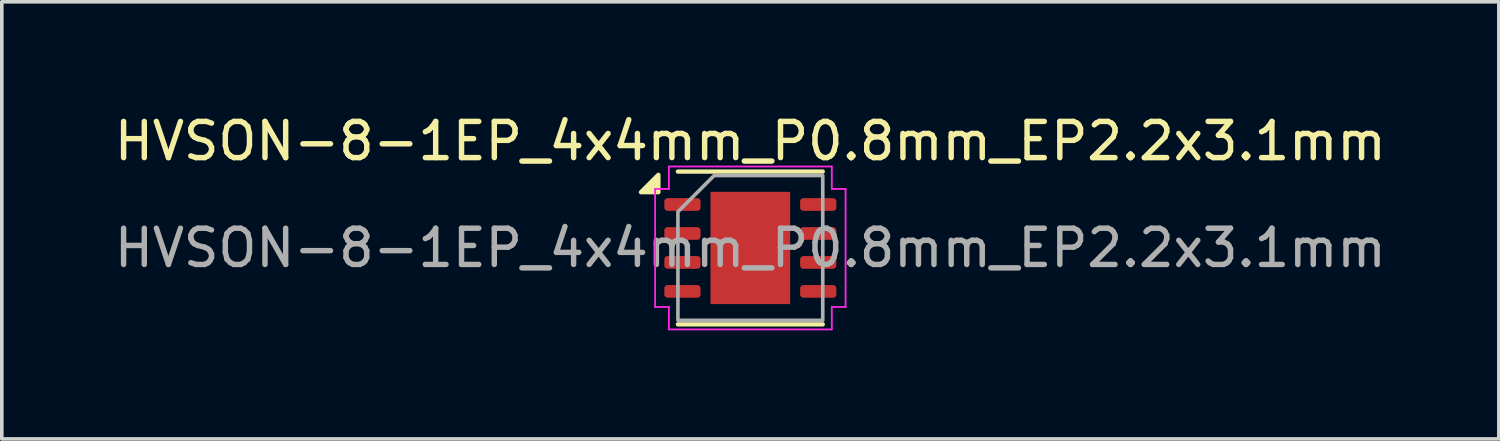
<source format=kicad_pcb>
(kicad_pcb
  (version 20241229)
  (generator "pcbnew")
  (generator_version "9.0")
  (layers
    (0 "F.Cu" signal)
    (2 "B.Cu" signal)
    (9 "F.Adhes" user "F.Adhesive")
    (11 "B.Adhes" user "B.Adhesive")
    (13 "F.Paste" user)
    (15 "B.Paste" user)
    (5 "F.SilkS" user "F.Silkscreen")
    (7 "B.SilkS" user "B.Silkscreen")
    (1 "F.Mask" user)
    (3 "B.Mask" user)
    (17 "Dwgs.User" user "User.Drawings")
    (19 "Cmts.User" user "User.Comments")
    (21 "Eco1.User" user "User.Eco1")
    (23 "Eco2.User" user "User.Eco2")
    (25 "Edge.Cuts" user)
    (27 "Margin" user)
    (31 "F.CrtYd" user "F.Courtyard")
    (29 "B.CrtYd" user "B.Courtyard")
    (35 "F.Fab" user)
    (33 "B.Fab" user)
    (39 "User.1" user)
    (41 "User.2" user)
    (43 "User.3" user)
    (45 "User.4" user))
  (footprint "HVSON-8-1EP_4x4mm_P0.8mm_EP2.2x3.1mm"
    (layer "F.Cu")
    (at 17.673 3.798)
    (property "Reference" "HVSON-8-1EP_4x4mm_P0.8mm_EP2.2x3.1mm" (at 0 -2.95 0) (layer "F.SilkS") (effects (font (size 1 1) (thickness 0.15))))
    (attr smd)
    (fp_line (start -2 -2.11) (end 2 -2.11) (stroke (width 0.12) (type solid)) (layer "F.SilkS"))
    (fp_line (start -2 2.11) (end 2 2.11) (stroke (width 0.12) (type solid)) (layer "F.SilkS"))
    (fp_poly (pts (xy -2.54 -1.54) (xy -3.02 -1.54) (xy -2.54 -2.02)) (stroke (width 0.12) (type solid)) (fill yes) (layer "F.SilkS"))
    (fp_line (start -2.63 -1.63) (end -2.25 -1.63) (stroke (width 0.05) (type solid)) (layer "F.CrtYd"))
    (fp_line (start -2.63 1.63) (end -2.63 -1.63) (stroke (width 0.05) (type solid)) (layer "F.CrtYd"))
    (fp_line (start -2.25 -2.25) (end 2.25 -2.25) (stroke (width 0.05) (type solid)) (layer "F.CrtYd"))
    (fp_line (start -2.25 -1.63) (end -2.25 -2.25) (stroke (width 0.05) (type solid)) (layer "F.CrtYd"))
    (fp_line (start -2.25 1.63) (end -2.63 1.63) (stroke (width 0.05) (type solid)) (layer "F.CrtYd"))
    (fp_line (start -2.25 2.25) (end -2.25 1.63) (stroke (width 0.05) (type solid)) (layer "F.CrtYd"))
    (fp_line (start 2.25 -2.25) (end 2.25 -1.63) (stroke (width 0.05) (type solid)) (layer "F.CrtYd"))
    (fp_line (start 2.25 -1.63) (end 2.63 -1.63) (stroke (width 0.05) (type solid)) (layer "F.CrtYd"))
    (fp_line (start 2.25 1.63) (end 2.25 2.25) (stroke (width 0.05) (type solid)) (layer "F.CrtYd"))
    (fp_line (start 2.25 2.25) (end -2.25 2.25) (stroke (width 0.05) (type solid)) (layer "F.CrtYd"))
    (fp_line (start 2.63 -1.63) (end 2.63 1.63) (stroke (width 0.05) (type solid)) (layer "F.CrtYd"))
    (fp_line (start 2.63 1.63) (end 2.25 1.63) (stroke (width 0.05) (type solid)) (layer "F.CrtYd"))
    (fp_poly (pts (xy -2 -1) (xy -2 2) (xy 2 2) (xy 2 -2) (xy -1 -2)) (stroke (width 0.1) (type solid)) (fill no) (layer "F.Fab"))
    (fp_text user "${REFERENCE}" (at 0 0 0) (layer "F.Fab") (effects (font (size 1 1) (thickness 0.15))))
    (pad "" smd roundrect (at -0.55 -0.775) (size 0.89 1.25) (layers "F.Paste") (roundrect_rratio 0.25))
    (pad "" smd roundrect (at -0.55 0.775) (size 0.89 1.25) (layers "F.Paste") (roundrect_rratio 0.25))
    (pad "" smd roundrect (at 0.55 -0.775) (size 0.89 1.25) (layers "F.Paste") (roundrect_rratio 0.25))
    (pad "" smd roundrect (at 0.55 0.775) (size 0.89 1.25) (layers "F.Paste") (roundrect_rratio 0.25))
    (pad "1" smd roundrect (at -1.875 -1.2) (size 1 0.35) (layers "F.Cu" "F.Mask" "F.Paste") (roundrect_rratio 0.25))
    (pad "2" smd roundrect (at -1.875 -0.4) (size 1 0.35) (layers "F.Cu" "F.Mask" "F.Paste") (roundrect_rratio 0.25))
    (pad "3" smd roundrect (at -1.875 0.4) (size 1 0.35) (layers "F.Cu" "F.Mask" "F.Paste") (roundrect_rratio 0.25))
    (pad "4" smd roundrect (at -1.875 1.2) (size 1 0.35) (layers "F.Cu" "F.Mask" "F.Paste") (roundrect_rratio 0.25))
    (pad "5" smd roundrect (at 1.875 1.2) (size 1 0.35) (layers "F.Cu" "F.Mask" "F.Paste") (roundrect_rratio 0.25))
    (pad "6" smd roundrect (at 1.875 0.4) (size 1 0.35) (layers "F.Cu" "F.Mask" "F.Paste") (roundrect_rratio 0.25))
    (pad "7" smd roundrect (at 1.875 -0.4) (size 1 0.35) (layers "F.Cu" "F.Mask" "F.Paste") (roundrect_rratio 0.25))
    (pad "8" smd roundrect (at 1.875 -1.2) (size 1 0.35) (layers "F.Cu" "F.Mask" "F.Paste") (roundrect_rratio 0.25))
    (pad "9" smd rect (at 0 0) (size 2.2 3.1) (property pad_prop_heatsink) (layers "F.Cu" "F.Mask")))
  (gr_rect
    (start -3 -3)
    (end 38.345 9.073)
    (stroke (width 0.1) (type default))
    (fill no)
    (layer "Edge.Cuts")))
</source>
